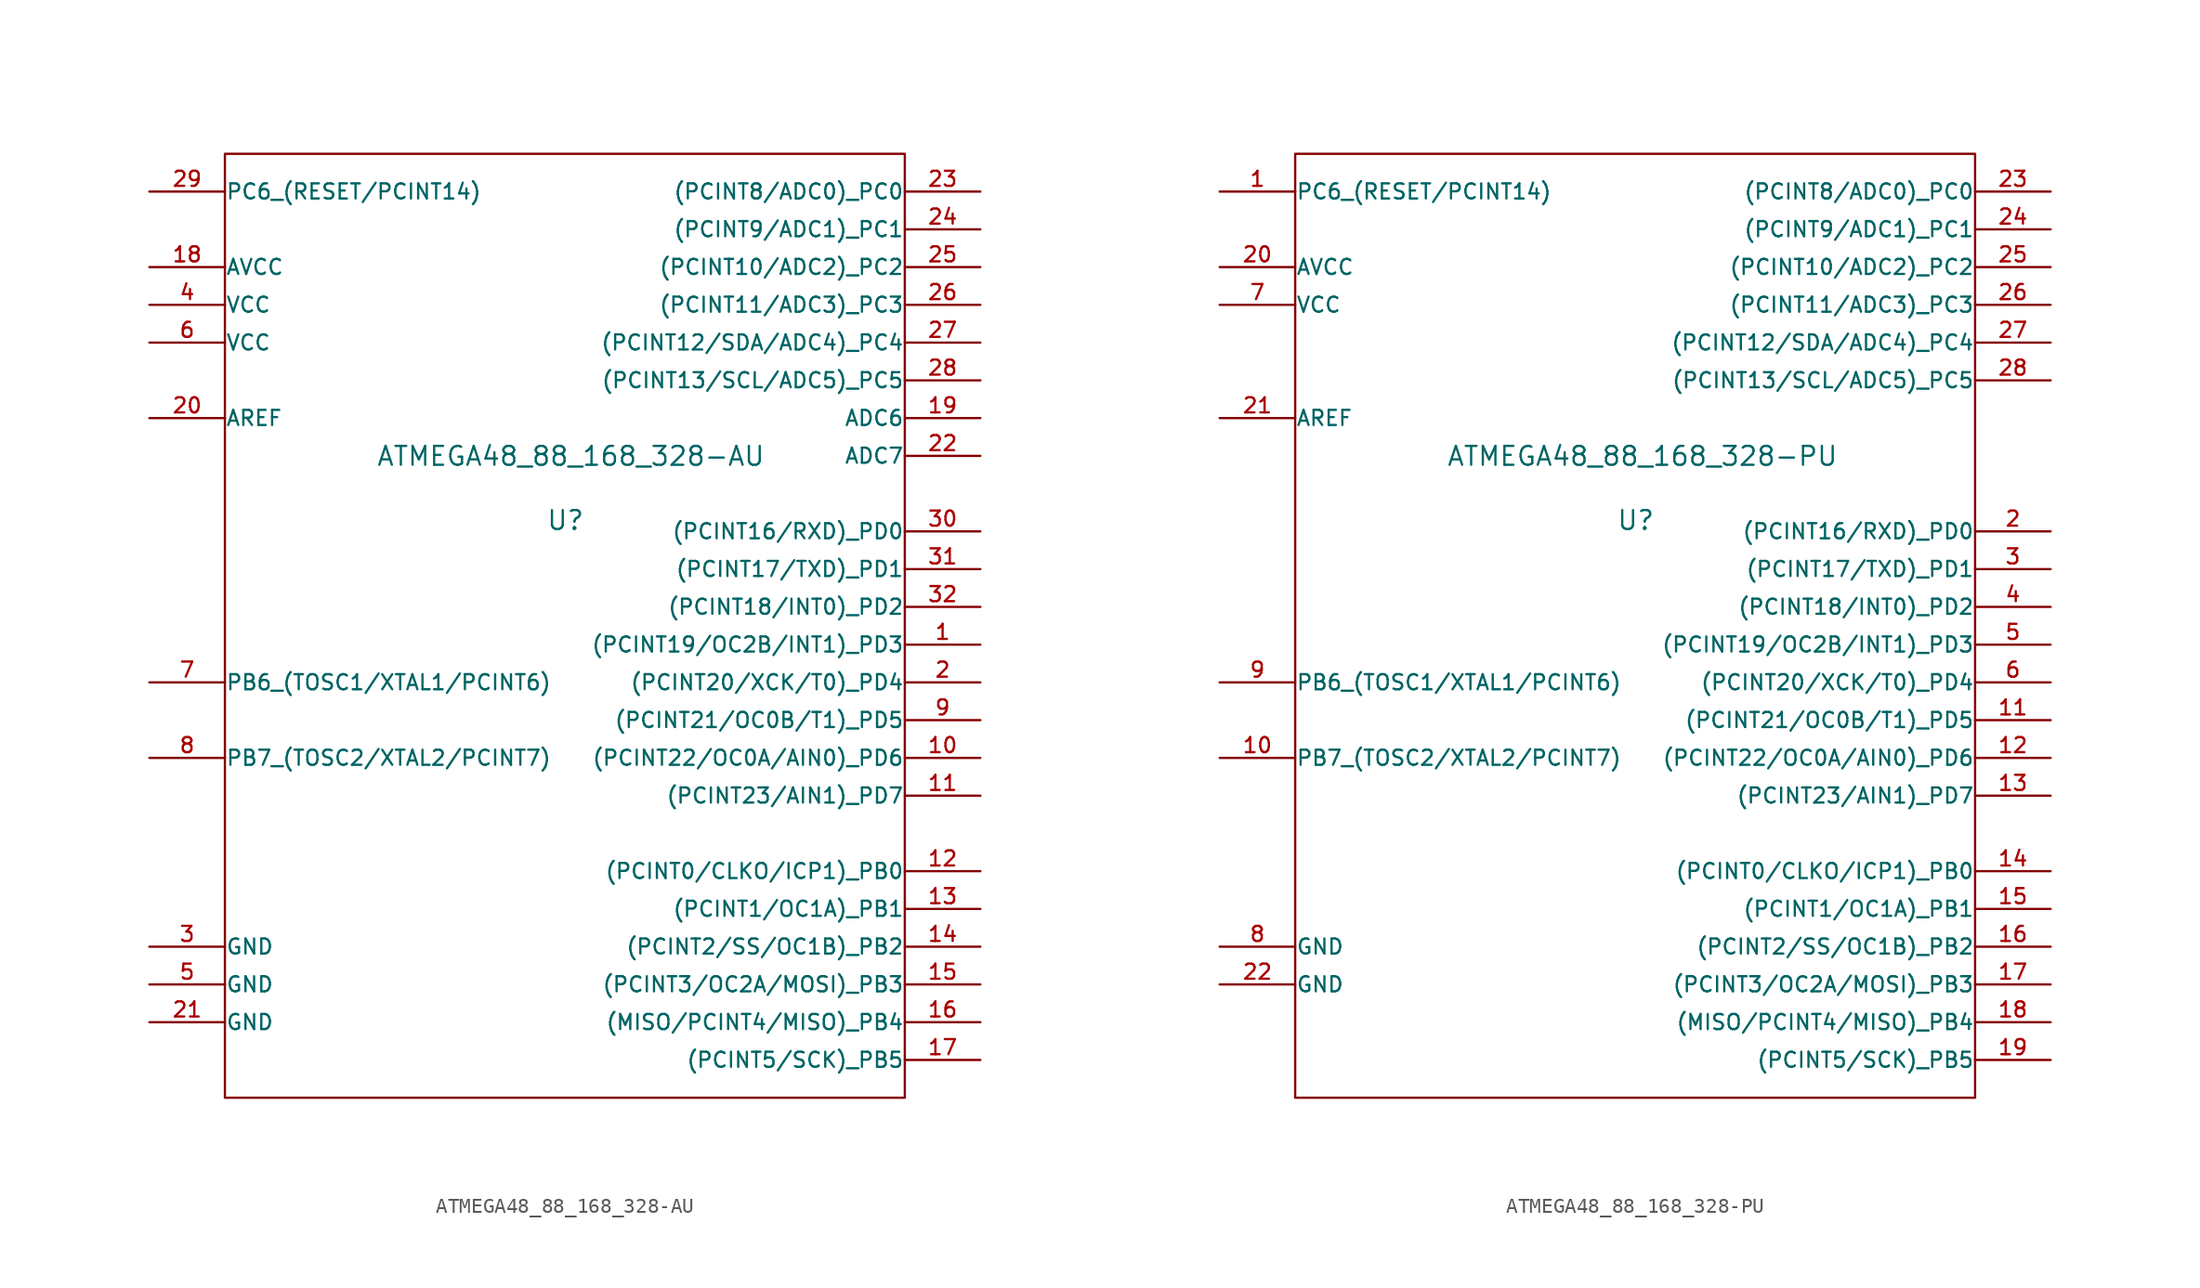
<source format=kicad_sym>
(kicad_symbol_lib
  (version 20211014)
  (generator kicad_symbol_editor)
  (symbol "ATMEGA48_88_168_328-AU"
    (pin_names
      (offset 0.025))
    (property "Reference" "U"
      (at -1.27 2.54 0)
      (effects (font (size 1.27 1.27)) (justify left bottom)))
    (property "Value" "ATMEGA48_88_168_328-AU"
      (at -12.7 6.858 0)
      (effects (font (size 1.27 1.27)) (justify left bottom)))
    (property "Footprint" ""
      (at 0 0 0)
      (effects (font (size 1.524 1.524))))
    (property "Datasheet" ""
      (at 0 0 0)
      (effects (font (size 1.524 1.524))))
    (symbol "ATMEGA48_88_168_328-AU_0_1"
      (rectangle (start 22.86 -35.56) (end -22.86 27.94) (stroke (width 0) (type default) (color 0 0 0 0)) (fill (type none))))
    (symbol "ATMEGA48_88_168_328-AU_1_1"
      (pin bidirectional line (at 27.94 -5.08 180) (length 5.08) (name "(PCINT19/OC2B/INT1)_PD3" (effects (font (size 1.016 1.016)))) (number "1" (effects (font (size 1.016 1.016)))))
      (pin bidirectional line (at 27.94 -12.7 180) (length 5.08) (name "(PCINT22/OC0A/AIN0)_PD6" (effects (font (size 1.016 1.016)))) (number "10" (effects (font (size 1.016 1.016)))))
      (pin bidirectional line (at 27.94 -15.24 180) (length 5.08) (name "(PCINT23/AIN1)_PD7" (effects (font (size 1.016 1.016)))) (number "11" (effects (font (size 1.016 1.016)))))
      (pin bidirectional line (at 27.94 -20.32 180) (length 5.08) (name "(PCINT0/CLKO/ICP1)_PB0" (effects (font (size 1.016 1.016)))) (number "12" (effects (font (size 1.016 1.016)))))
      (pin bidirectional line (at 27.94 -22.86 180) (length 5.08) (name "(PCINT1/OC1A)_PB1" (effects (font (size 1.016 1.016)))) (number "13" (effects (font (size 1.016 1.016)))))
      (pin bidirectional line (at 27.94 -25.4 180) (length 5.08) (name "(PCINT2/SS/OC1B)_PB2" (effects (font (size 1.016 1.016)))) (number "14" (effects (font (size 1.016 1.016)))))
      (pin bidirectional line (at 27.94 -27.94 180) (length 5.08) (name "(PCINT3/OC2A/MOSI)_PB3" (effects (font (size 1.016 1.016)))) (number "15" (effects (font (size 1.016 1.016)))))
      (pin bidirectional line (at 27.94 -30.48 180) (length 5.08) (name "(MISO/PCINT4/MISO)_PB4" (effects (font (size 1.016 1.016)))) (number "16" (effects (font (size 1.016 1.016)))))
      (pin bidirectional line (at 27.94 -33.02 180) (length 5.08) (name "(PCINT5/SCK)_PB5" (effects (font (size 1.016 1.016)))) (number "17" (effects (font (size 1.016 1.016)))))
      (pin bidirectional line (at -27.94 20.32 0) (length 5.08) (name "AVCC" (effects (font (size 1.016 1.016)))) (number "18" (effects (font (size 1.016 1.016)))))
      (pin bidirectional line (at 27.94 10.16 180) (length 5.08) (name "ADC6" (effects (font (size 1.016 1.016)))) (number "19" (effects (font (size 1.016 1.016)))))
      (pin bidirectional line (at 27.94 -7.62 180) (length 5.08) (name "(PCINT20/XCK/T0)_PD4" (effects (font (size 1.016 1.016)))) (number "2" (effects (font (size 1.016 1.016)))))
      (pin input line (at -27.94 10.16 0) (length 5.08) (name "AREF" (effects (font (size 1.016 1.016)))) (number "20" (effects (font (size 1.016 1.016)))))
      (pin power_in line (at -27.94 -30.48 0) (length 5.08) (name "GND" (effects (font (size 1.016 1.016)))) (number "21" (effects (font (size 1.016 1.016)))))
      (pin bidirectional line (at 27.94 7.62 180) (length 5.08) (name "ADC7" (effects (font (size 1.016 1.016)))) (number "22" (effects (font (size 1.016 1.016)))))
      (pin bidirectional line (at 27.94 25.4 180) (length 5.08) (name "(PCINT8/ADC0)_PC0" (effects (font (size 1.016 1.016)))) (number "23" (effects (font (size 1.016 1.016)))))
      (pin bidirectional line (at 27.94 22.86 180) (length 5.08) (name "(PCINT9/ADC1)_PC1" (effects (font (size 1.016 1.016)))) (number "24" (effects (font (size 1.016 1.016)))))
      (pin bidirectional line (at 27.94 20.32 180) (length 5.08) (name "(PCINT10/ADC2)_PC2" (effects (font (size 1.016 1.016)))) (number "25" (effects (font (size 1.016 1.016)))))
      (pin bidirectional line (at 27.94 17.78 180) (length 5.08) (name "(PCINT11/ADC3)_PC3" (effects (font (size 1.016 1.016)))) (number "26" (effects (font (size 1.016 1.016)))))
      (pin bidirectional line (at 27.94 15.24 180) (length 5.08) (name "(PCINT12/SDA/ADC4)_PC4" (effects (font (size 1.016 1.016)))) (number "27" (effects (font (size 1.016 1.016)))))
      (pin bidirectional line (at 27.94 12.7 180) (length 5.08) (name "(PCINT13/SCL/ADC5)_PC5" (effects (font (size 1.016 1.016)))) (number "28" (effects (font (size 1.016 1.016)))))
      (pin bidirectional line (at -27.94 25.4 0) (length 5.08) (name "PC6_(RESET/PCINT14)" (effects (font (size 1.016 1.016)))) (number "29" (effects (font (size 1.016 1.016)))))
      (pin power_in line (at -27.94 -25.4 0) (length 5.08) (name "GND" (effects (font (size 1.016 1.016)))) (number "3" (effects (font (size 1.016 1.016)))))
      (pin bidirectional line (at 27.94 2.54 180) (length 5.08) (name "(PCINT16/RXD)_PD0" (effects (font (size 1.016 1.016)))) (number "30" (effects (font (size 1.016 1.016)))))
      (pin bidirectional line (at 27.94 0 180) (length 5.08) (name "(PCINT17/TXD)_PD1" (effects (font (size 1.016 1.016)))) (number "31" (effects (font (size 1.016 1.016)))))
      (pin bidirectional line (at 27.94 -2.54 180) (length 5.08) (name "(PCINT18/INT0)_PD2" (effects (font (size 1.016 1.016)))) (number "32" (effects (font (size 1.016 1.016)))))
      (pin power_in line (at -27.94 17.78 0) (length 5.08) (name "VCC" (effects (font (size 1.016 1.016)))) (number "4" (effects (font (size 1.016 1.016)))))
      (pin power_in line (at -27.94 -27.94 0) (length 5.08) (name "GND" (effects (font (size 1.016 1.016)))) (number "5" (effects (font (size 1.016 1.016)))))
      (pin power_in line (at -27.94 15.24 0) (length 5.08) (name "VCC" (effects (font (size 1.016 1.016)))) (number "6" (effects (font (size 1.016 1.016)))))
      (pin bidirectional line (at -27.94 -7.62 0) (length 5.08) (name "PB6_(TOSC1/XTAL1/PCINT6)" (effects (font (size 1.016 1.016)))) (number "7" (effects (font (size 1.016 1.016)))))
      (pin bidirectional line (at -27.94 -12.7 0) (length 5.08) (name "PB7_(TOSC2/XTAL2/PCINT7)" (effects (font (size 1.016 1.016)))) (number "8" (effects (font (size 1.016 1.016)))))
      (pin bidirectional line (at 27.94 -10.16 180) (length 5.08) (name "(PCINT21/OC0B/T1)_PD5" (effects (font (size 1.016 1.016)))) (number "9" (effects (font (size 1.016 1.016)))))))
  (symbol "ATMEGA48_88_168_328-PU"
    (pin_names
      (offset 0.025))
    (property "Reference" "U"
      (at -1.27 2.54 0)
      (effects (font (size 1.27 1.27)) (justify left bottom)))
    (property "Value" "ATMEGA48_88_168_328-PU"
      (at -12.7 6.858 0)
      (effects (font (size 1.27 1.27)) (justify left bottom)))
    (property "Footprint" ""
      (at 0 0 0)
      (effects (font (size 1.524 1.524))))
    (property "Datasheet" ""
      (at 0 0 0)
      (effects (font (size 1.524 1.524))))
    (symbol "ATMEGA48_88_168_328-PU_0_1"
      (rectangle (start 22.86 -35.56) (end -22.86 27.94) (stroke (width 0) (type default) (color 0 0 0 0)) (fill (type none))))
    (symbol "ATMEGA48_88_168_328-PU_1_1"
      (pin bidirectional line (at -27.94 25.4 0) (length 5.08) (name "PC6_(RESET/PCINT14)" (effects (font (size 1.016 1.016)))) (number "1" (effects (font (size 1.016 1.016)))))
      (pin bidirectional line (at -27.94 -12.7 0) (length 5.08) (name "PB7_(TOSC2/XTAL2/PCINT7)" (effects (font (size 1.016 1.016)))) (number "10" (effects (font (size 1.016 1.016)))))
      (pin bidirectional line (at 27.94 -10.16 180) (length 5.08) (name "(PCINT21/OC0B/T1)_PD5" (effects (font (size 1.016 1.016)))) (number "11" (effects (font (size 1.016 1.016)))))
      (pin bidirectional line (at 27.94 -12.7 180) (length 5.08) (name "(PCINT22/OC0A/AIN0)_PD6" (effects (font (size 1.016 1.016)))) (number "12" (effects (font (size 1.016 1.016)))))
      (pin bidirectional line (at 27.94 -15.24 180) (length 5.08) (name "(PCINT23/AIN1)_PD7" (effects (font (size 1.016 1.016)))) (number "13" (effects (font (size 1.016 1.016)))))
      (pin bidirectional line (at 27.94 -20.32 180) (length 5.08) (name "(PCINT0/CLKO/ICP1)_PB0" (effects (font (size 1.016 1.016)))) (number "14" (effects (font (size 1.016 1.016)))))
      (pin bidirectional line (at 27.94 -22.86 180) (length 5.08) (name "(PCINT1/OC1A)_PB1" (effects (font (size 1.016 1.016)))) (number "15" (effects (font (size 1.016 1.016)))))
      (pin bidirectional line (at 27.94 -25.4 180) (length 5.08) (name "(PCINT2/SS/OC1B)_PB2" (effects (font (size 1.016 1.016)))) (number "16" (effects (font (size 1.016 1.016)))))
      (pin bidirectional line (at 27.94 -27.94 180) (length 5.08) (name "(PCINT3/OC2A/MOSI)_PB3" (effects (font (size 1.016 1.016)))) (number "17" (effects (font (size 1.016 1.016)))))
      (pin bidirectional line (at 27.94 -30.48 180) (length 5.08) (name "(MISO/PCINT4/MISO)_PB4" (effects (font (size 1.016 1.016)))) (number "18" (effects (font (size 1.016 1.016)))))
      (pin bidirectional line (at 27.94 -33.02 180) (length 5.08) (name "(PCINT5/SCK)_PB5" (effects (font (size 1.016 1.016)))) (number "19" (effects (font (size 1.016 1.016)))))
      (pin bidirectional line (at 27.94 2.54 180) (length 5.08) (name "(PCINT16/RXD)_PD0" (effects (font (size 1.016 1.016)))) (number "2" (effects (font (size 1.016 1.016)))))
      (pin bidirectional line (at -27.94 20.32 0) (length 5.08) (name "AVCC" (effects (font (size 1.016 1.016)))) (number "20" (effects (font (size 1.016 1.016)))))
      (pin input line (at -27.94 10.16 0) (length 5.08) (name "AREF" (effects (font (size 1.016 1.016)))) (number "21" (effects (font (size 1.016 1.016)))))
      (pin power_in line (at -27.94 -27.94 0) (length 5.08) (name "GND" (effects (font (size 1.016 1.016)))) (number "22" (effects (font (size 1.016 1.016)))))
      (pin bidirectional line (at 27.94 25.4 180) (length 5.08) (name "(PCINT8/ADC0)_PC0" (effects (font (size 1.016 1.016)))) (number "23" (effects (font (size 1.016 1.016)))))
      (pin bidirectional line (at 27.94 22.86 180) (length 5.08) (name "(PCINT9/ADC1)_PC1" (effects (font (size 1.016 1.016)))) (number "24" (effects (font (size 1.016 1.016)))))
      (pin bidirectional line (at 27.94 20.32 180) (length 5.08) (name "(PCINT10/ADC2)_PC2" (effects (font (size 1.016 1.016)))) (number "25" (effects (font (size 1.016 1.016)))))
      (pin bidirectional line (at 27.94 17.78 180) (length 5.08) (name "(PCINT11/ADC3)_PC3" (effects (font (size 1.016 1.016)))) (number "26" (effects (font (size 1.016 1.016)))))
      (pin bidirectional line (at 27.94 15.24 180) (length 5.08) (name "(PCINT12/SDA/ADC4)_PC4" (effects (font (size 1.016 1.016)))) (number "27" (effects (font (size 1.016 1.016)))))
      (pin bidirectional line (at 27.94 12.7 180) (length 5.08) (name "(PCINT13/SCL/ADC5)_PC5" (effects (font (size 1.016 1.016)))) (number "28" (effects (font (size 1.016 1.016)))))
      (pin bidirectional line (at 27.94 0 180) (length 5.08) (name "(PCINT17/TXD)_PD1" (effects (font (size 1.016 1.016)))) (number "3" (effects (font (size 1.016 1.016)))))
      (pin bidirectional line (at 27.94 -2.54 180) (length 5.08) (name "(PCINT18/INT0)_PD2" (effects (font (size 1.016 1.016)))) (number "4" (effects (font (size 1.016 1.016)))))
      (pin bidirectional line (at 27.94 -5.08 180) (length 5.08) (name "(PCINT19/OC2B/INT1)_PD3" (effects (font (size 1.016 1.016)))) (number "5" (effects (font (size 1.016 1.016)))))
      (pin bidirectional line (at 27.94 -7.62 180) (length 5.08) (name "(PCINT20/XCK/T0)_PD4" (effects (font (size 1.016 1.016)))) (number "6" (effects (font (size 1.016 1.016)))))
      (pin power_in line (at -27.94 17.78 0) (length 5.08) (name "VCC" (effects (font (size 1.016 1.016)))) (number "7" (effects (font (size 1.016 1.016)))))
      (pin power_in line (at -27.94 -25.4 0) (length 5.08) (name "GND" (effects (font (size 1.016 1.016)))) (number "8" (effects (font (size 1.016 1.016)))))
      (pin bidirectional line (at -27.94 -7.62 0) (length 5.08) (name "PB6_(TOSC1/XTAL1/PCINT6)" (effects (font (size 1.016 1.016)))) (number "9" (effects (font (size 1.016 1.016))))))))
</source>
